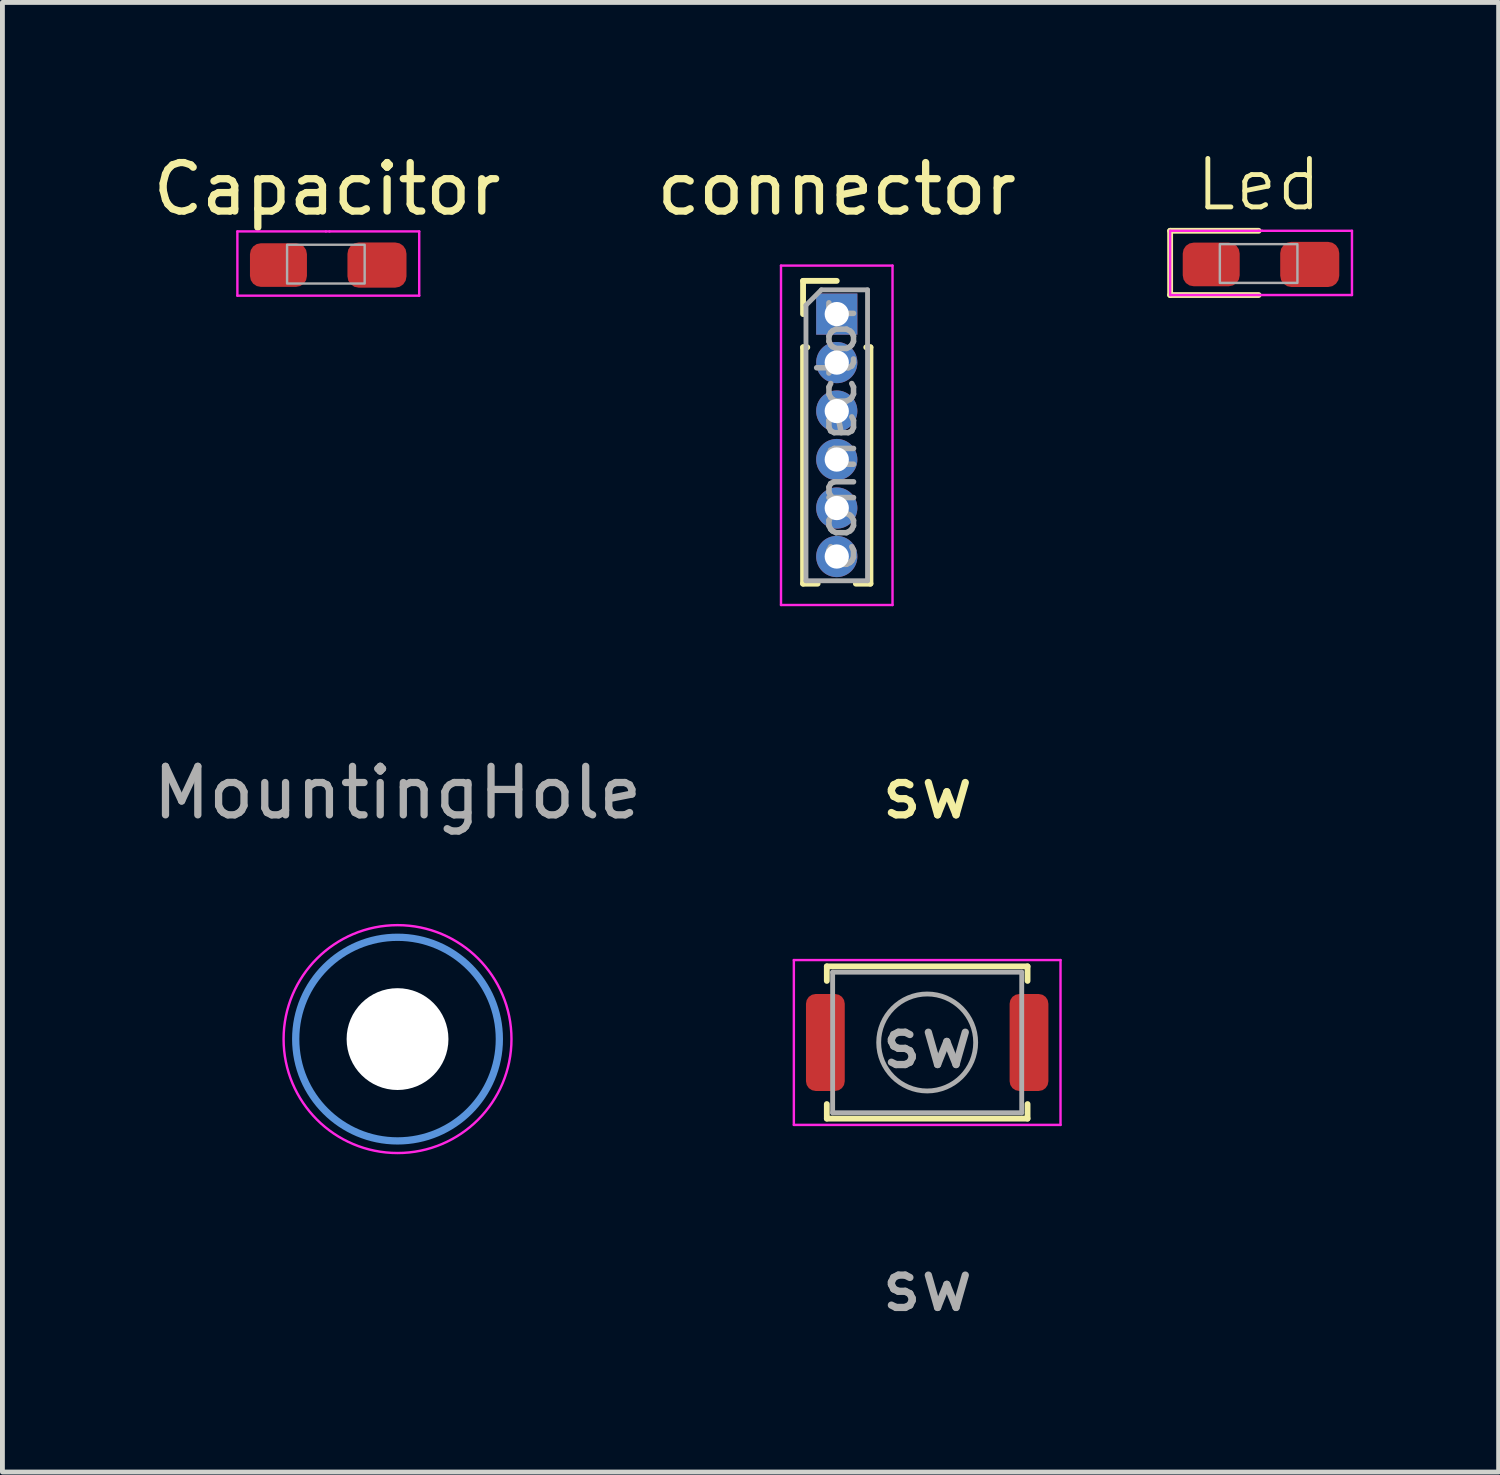
<source format=kicad_pcb>
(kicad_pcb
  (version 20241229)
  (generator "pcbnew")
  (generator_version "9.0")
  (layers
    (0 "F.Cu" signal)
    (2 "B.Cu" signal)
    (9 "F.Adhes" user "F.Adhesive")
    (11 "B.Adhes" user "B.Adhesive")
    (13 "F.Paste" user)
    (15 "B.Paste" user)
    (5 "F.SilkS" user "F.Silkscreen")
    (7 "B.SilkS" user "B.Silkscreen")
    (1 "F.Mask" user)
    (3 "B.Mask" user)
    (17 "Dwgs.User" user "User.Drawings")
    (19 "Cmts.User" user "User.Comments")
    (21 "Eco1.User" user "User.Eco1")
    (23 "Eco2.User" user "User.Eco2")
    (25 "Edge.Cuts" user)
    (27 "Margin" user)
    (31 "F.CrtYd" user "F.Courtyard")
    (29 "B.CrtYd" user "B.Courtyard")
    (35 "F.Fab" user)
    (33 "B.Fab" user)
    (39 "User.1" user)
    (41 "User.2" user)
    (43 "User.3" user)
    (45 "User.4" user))
  (footprint "MountingHole"
    (layer "F.Cu")
    (at 5.149 18.381)
    (property "Reference" "MountingHole" (at 0 -5.08 0) (unlocked yes) (layer "F.Fab") (effects (font (size 1 1) (thickness 0.15))))
    (attr smd)
    (fp_circle (center 0 0) (end 2.1 0) (stroke (width 0.15) (type solid)) (fill no) (layer "Cmts.User"))
    (fp_circle (center 0 0) (end 2.35 0) (stroke (width 0.05) (type solid)) (fill no) (layer "F.CrtYd"))
    (pad "" np_thru_hole circle (at 0 0) (size 2.1 2.1) (drill 2.1) (layers "*.Cu" "*.Mask")))
  (footprint "Led"
    (layer "F.Cu")
    (at 22.909 2.385)
    (property "Reference" "Led" (at 0 -1.625 0) (unlocked yes) (layer "F.SilkS") (effects (font (size 1 1) (thickness 0.1))))
    (attr smd)
    (fp_line (start -1.825 -0.675) (end -1.825 0.65) (stroke (width 0.12) (type solid)) (layer "F.SilkS"))
    (fp_line (start -1.825 0.65) (end 0 0.65) (stroke (width 0.12) (type solid)) (layer "F.SilkS"))
    (fp_line (start 0 -0.675) (end -1.825 -0.675) (stroke (width 0.12) (type solid)) (layer "F.SilkS"))
    (fp_line (start -1.825 -0.675) (end -1.825 0.65) (stroke (width 0.05) (type solid)) (layer "F.CrtYd"))
    (fp_line (start 0 -0.675) (end -1.825 -0.675) (stroke (width 0.05) (type solid)) (layer "F.CrtYd"))
    (fp_line (start 0 -0.675) (end 0.075 -0.675) (stroke (width 0.05) (type solid)) (layer "F.CrtYd"))
    (fp_line (start 0.075 -0.675) (end 1.925 -0.675) (stroke (width 0.05) (type solid)) (layer "F.CrtYd"))
    (fp_line (start 1.925 0.65) (end -1.825 0.65) (stroke (width 0.05) (type solid)) (layer "F.CrtYd"))
    (fp_line (start 1.925 0.65) (end 1.925 -0.675) (stroke (width 0.05) (type solid)) (layer "F.CrtYd"))
    (fp_rect (start -0.8 -0.4) (end 0.8 0.4) (stroke (width 0.05) (type solid)) (fill no) (layer "F.Fab"))
    (pad "1" smd roundrect (at -0.978 0.019) (size 1.175 0.9) (layers "F.Cu" "F.Mask" "F.Paste") (roundrect_rratio 0.25))
    (pad "2" smd roundrect (at 1.054 0.019) (size 1.218 0.932) (layers "F.Cu" "F.Mask" "F.Paste") (roundrect_rratio 0.25)))
  (footprint "sw"
    (layer "F.Cu")
    (at 16.073 18.381)
    (property "Reference" "sw" (at 0 -5.08 0) (unlocked yes) (layer "F.SilkS") (effects (font (size 1 1) (thickness 0.15))))
    (attr smd)
    (fp_line (start -2.07 -1.5) (end 2.07 -1.5) (stroke (width 0.12) (type solid)) (layer "F.SilkS"))
    (fp_line (start -2.07 -1.2) (end -2.07 -1.5) (stroke (width 0.12) (type solid)) (layer "F.SilkS"))
    (fp_line (start -2.07 1.64) (end -2.07 1.34) (stroke (width 0.12) (type solid)) (layer "F.SilkS"))
    (fp_line (start 2.07 -1.5) (end 2.07 -1.2) (stroke (width 0.12) (type solid)) (layer "F.SilkS"))
    (fp_line (start 2.07 1.34) (end 2.07 1.64) (stroke (width 0.12) (type solid)) (layer "F.SilkS"))
    (fp_line (start 2.07 1.64) (end -2.07 1.64) (stroke (width 0.12) (type solid)) (layer "F.SilkS"))
    (fp_line (start -2.75 -1.63) (end 2.75 -1.63) (stroke (width 0.05) (type solid)) (layer "F.CrtYd"))
    (fp_line (start -2.75 1.77) (end -2.75 -1.63) (stroke (width 0.05) (type solid)) (layer "F.CrtYd"))
    (fp_line (start 2.75 -1.63) (end 2.75 1.77) (stroke (width 0.05) (type solid)) (layer "F.CrtYd"))
    (fp_line (start 2.75 1.77) (end -2.75 1.77) (stroke (width 0.05) (type solid)) (layer "F.CrtYd"))
    (fp_line (start -1.95 -1.38) (end 1.95 -1.38) (stroke (width 0.1) (type solid)) (layer "F.Fab"))
    (fp_line (start -1.95 1.52) (end -1.95 -1.38) (stroke (width 0.1) (type solid)) (layer "F.Fab"))
    (fp_line (start 1.95 -1.38) (end 1.95 1.52) (stroke (width 0.1) (type solid)) (layer "F.Fab"))
    (fp_line (start 1.95 1.52) (end -1.95 1.52) (stroke (width 0.1) (type solid)) (layer "F.Fab"))
    (fp_circle (center 0 0.07) (end 1 0.07) (stroke (width 0.1) (type solid)) (fill no) (layer "F.Fab"))
    (fp_text user "${REFERENCE}" (at 0 5.08 0) (unlocked yes) (layer "F.Fab") (effects (font (size 1 1) (thickness 0.15))))
    (fp_text user "${REFERENCE}" (at 0 0.07 0) (layer "F.Fab") (effects (font (size 1 1) (thickness 0.15))))
    (pad "1" smd roundrect (at -2.1 0.07) (size 0.8 2) (layers "F.Cu" "F.Mask" "F.Paste") (roundrect_rratio 0.25))
    (pad "2" smd roundrect (at 2.1 0.07) (size 0.8 2) (layers "F.Cu" "F.Mask" "F.Paste") (roundrect_rratio 0.25)))
  (footprint "connector"
    (layer "F.Cu")
    (at 14.208 5.928)
    (property "Reference" "connector" (at 0 -5.08 0) (unlocked yes) (layer "F.SilkS") (effects (font (size 1 1) (thickness 0.15))))
    (attr smd)
    (fp_line (start -0.695 -3.185) (end 0 -3.185) (stroke (width 0.12) (type solid)) (layer "F.SilkS"))
    (fp_line (start -0.695 -2.5) (end -0.695 -3.185) (stroke (width 0.12) (type solid)) (layer "F.SilkS"))
    (fp_line (start -0.695 -1.815) (end -0.695 3.06) (stroke (width 0.12) (type solid)) (layer "F.SilkS"))
    (fp_line (start -0.695 -1.815) (end -0.608 -1.815) (stroke (width 0.12) (type solid)) (layer "F.SilkS"))
    (fp_line (start -0.695 3.06) (end -0.394 3.06) (stroke (width 0.12) (type solid)) (layer "F.SilkS"))
    (fp_line (start 0.394 3.06) (end 0.695 3.06) (stroke (width 0.12) (type solid)) (layer "F.SilkS"))
    (fp_line (start 0.608 -1.815) (end 0.695 -1.815) (stroke (width 0.12) (type solid)) (layer "F.SilkS"))
    (fp_line (start 0.695 -1.815) (end 0.695 3.06) (stroke (width 0.12) (type solid)) (layer "F.SilkS"))
    (fp_line (start -1.15 -3.5) (end -1.15 3.5) (stroke (width 0.05) (type solid)) (layer "F.CrtYd"))
    (fp_line (start -1.15 3.5) (end 1.15 3.5) (stroke (width 0.05) (type solid)) (layer "F.CrtYd"))
    (fp_line (start 1.15 -3.5) (end -1.15 -3.5) (stroke (width 0.05) (type solid)) (layer "F.CrtYd"))
    (fp_line (start 1.15 3.5) (end 1.15 -3.5) (stroke (width 0.05) (type solid)) (layer "F.CrtYd"))
    (fp_line (start -0.635 -2.683) (end -0.318 -3) (stroke (width 0.1) (type solid)) (layer "F.Fab"))
    (fp_line (start -0.635 3) (end -0.635 -2.683) (stroke (width 0.1) (type solid)) (layer "F.Fab"))
    (fp_line (start -0.318 -3) (end 0.635 -3) (stroke (width 0.1) (type solid)) (layer "F.Fab"))
    (fp_line (start 0.635 -3) (end 0.635 3) (stroke (width 0.1) (type solid)) (layer "F.Fab"))
    (fp_line (start 0.635 3) (end -0.635 3) (stroke (width 0.1) (type solid)) (layer "F.Fab"))
    (fp_text user "${REFERENCE}" (at 0 0 90) (layer "F.Fab") (effects (font (size 0.76 0.76) (thickness 0.114))))
    (pad "1" thru_hole rect (at 0 -2.5) (size 0.85 0.85) (drill 0.5) (layers "*.Cu" "*.Mask"))
    (pad "2" thru_hole oval (at 0 -1.5) (size 0.85 0.85) (drill 0.5) (layers "*.Cu" "*.Mask"))
    (pad "3" thru_hole oval (at 0 -0.5) (size 0.85 0.85) (drill 0.5) (layers "*.Cu" "*.Mask"))
    (pad "4" thru_hole oval (at 0 0.5) (size 0.85 0.85) (drill 0.5) (layers "*.Cu" "*.Mask"))
    (pad "5" thru_hole oval (at 0 1.5) (size 0.85 0.85) (drill 0.5) (layers "*.Cu" "*.Mask"))
    (pad "6" thru_hole oval (at 0 2.5) (size 0.85 0.85) (drill 0.5) (layers "*.Cu" "*.Mask")))
  (footprint "Capacitor"
    (layer "F.Cu")
    (at 3.696 2.398)
    (property "Reference" "Capacitor" (at 0 -1.55 0) (unlocked yes) (layer "F.SilkS") (effects (font (size 1 1) (thickness 0.15))))
    (attr smd)
    (fp_line (start -1.85 -0.675) (end -1.85 0.65) (stroke (width 0.05) (type solid)) (layer "F.CrtYd"))
    (fp_line (start -0.025 -0.675) (end -1.85 -0.675) (stroke (width 0.05) (type solid)) (layer "F.CrtYd"))
    (fp_line (start -0.025 -0.675) (end 0.05 -0.675) (stroke (width 0.05) (type solid)) (layer "F.CrtYd"))
    (fp_line (start 0.05 -0.675) (end 1.9 -0.675) (stroke (width 0.05) (type solid)) (layer "F.CrtYd"))
    (fp_line (start 1.9 0.65) (end -1.85 0.65) (stroke (width 0.05) (type solid)) (layer "F.CrtYd"))
    (fp_line (start 1.9 0.65) (end 1.9 -0.675) (stroke (width 0.05) (type solid)) (layer "F.CrtYd"))
    (fp_rect (start -0.825 -0.4) (end 0.775 0.4) (stroke (width 0.05) (type solid)) (fill no) (layer "F.Fab"))
    (pad "1" smd roundrect (at -1.003 0.019) (size 1.175 0.9) (layers "F.Cu" "F.Mask" "F.Paste") (roundrect_rratio 0.25))
    (pad "2" smd roundrect (at 1.029 0.019) (size 1.218 0.932) (layers "F.Cu" "F.Mask" "F.Paste") (roundrect_rratio 0.25)))
  (gr_rect
    (start -3 -3)
    (end 27.859 27.31)
    (stroke (width 0.1) (type default))
    (fill no)
    (layer "Edge.Cuts")))
</source>
